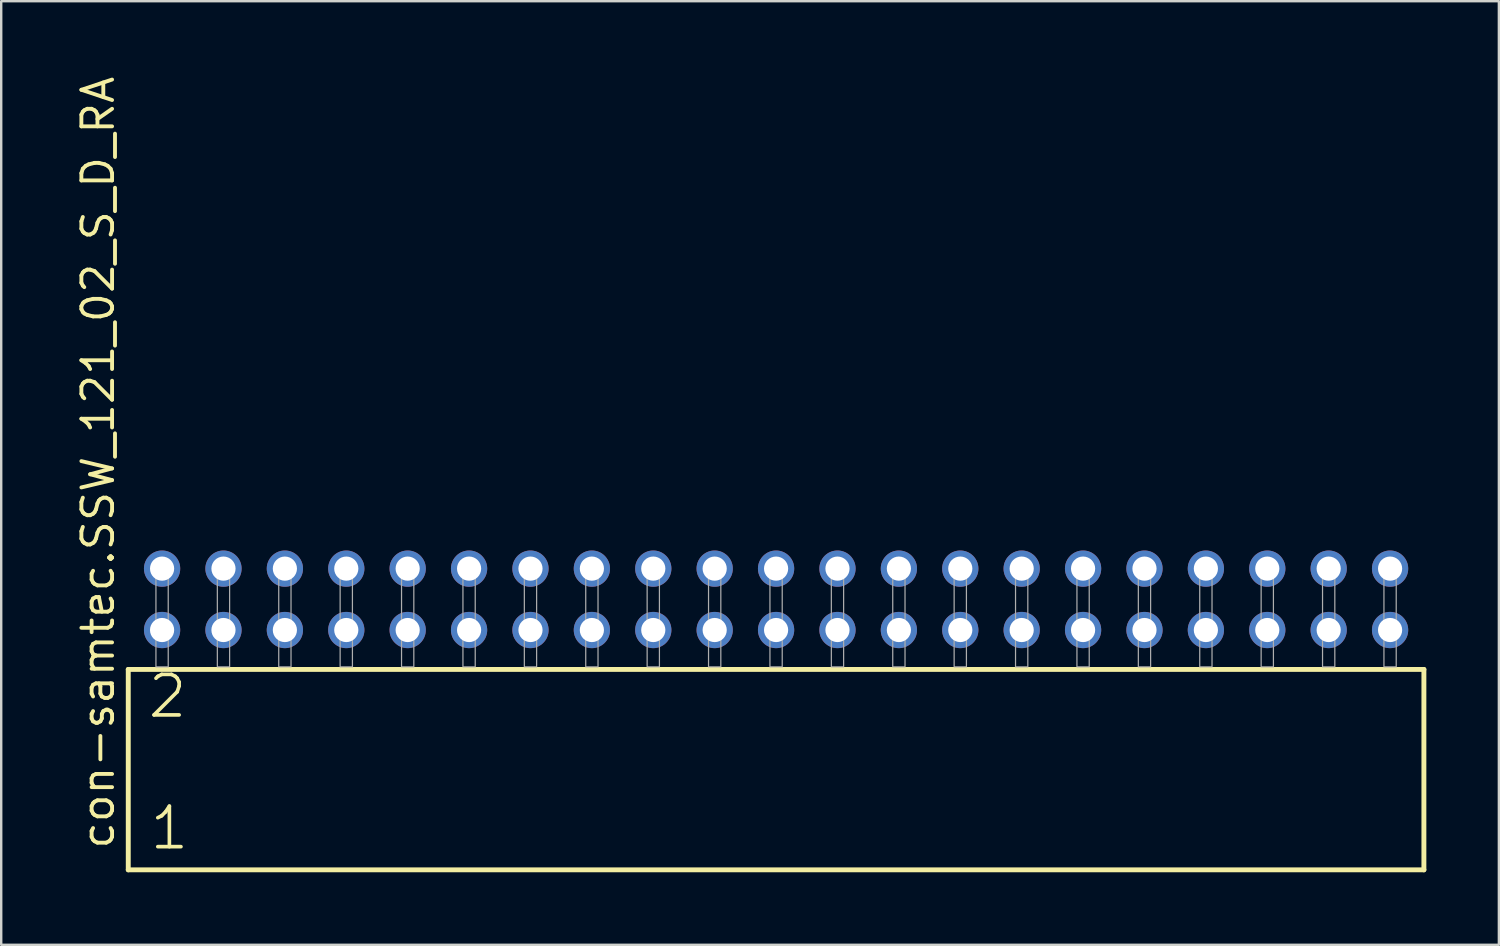
<source format=kicad_pcb>
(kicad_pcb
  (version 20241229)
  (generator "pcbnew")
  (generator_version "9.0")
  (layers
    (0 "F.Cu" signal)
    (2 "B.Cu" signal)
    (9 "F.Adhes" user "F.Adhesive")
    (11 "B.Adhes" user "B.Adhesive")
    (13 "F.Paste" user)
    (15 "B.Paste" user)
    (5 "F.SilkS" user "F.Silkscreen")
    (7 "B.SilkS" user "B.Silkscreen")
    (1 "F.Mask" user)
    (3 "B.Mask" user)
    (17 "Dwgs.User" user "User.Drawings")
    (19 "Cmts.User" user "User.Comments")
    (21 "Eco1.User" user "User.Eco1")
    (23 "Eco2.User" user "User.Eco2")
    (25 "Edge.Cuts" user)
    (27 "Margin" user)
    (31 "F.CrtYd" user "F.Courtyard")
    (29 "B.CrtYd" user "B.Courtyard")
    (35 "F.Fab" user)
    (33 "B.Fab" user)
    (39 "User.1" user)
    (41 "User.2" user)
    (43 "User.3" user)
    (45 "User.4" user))
  (footprint "con-samtec.SSW_121_02_S_D_RA"
    (layer "F.Cu")
    (at 29.055 24.537)
    (property "Reference" "con-samtec.SSW_121_02_S_D_RA" (at -27.305 7.62 90) (layer "F.SilkS") (effects (font (size 1.27 1.27) (thickness 0.16)) (justify left bottom)))
    (attr through_hole)
    (fp_line (start -26.799 0.106) (end -26.799 8.396) (stroke (width 0.203) (type default)) (layer "F.SilkS"))
    (fp_line (start -26.799 8.396) (end 26.799 8.396) (stroke (width 0.203) (type default)) (layer "F.SilkS"))
    (fp_line (start 26.799 0.106) (end -26.799 0.106) (stroke (width 0.203) (type default)) (layer "F.SilkS"))
    (fp_line (start 26.799 8.396) (end 26.799 0.106) (stroke (width 0.203) (type default)) (layer "F.SilkS"))
    (fp_rect (start -25.654 0) (end -25.146 -4.318) (stroke (width 0.05) (type default)) (fill no) (layer "F.Fab"))
    (fp_rect (start -23.114 0) (end -22.606 -4.318) (stroke (width 0.05) (type default)) (fill no) (layer "F.Fab"))
    (fp_rect (start -20.574 0) (end -20.066 -4.318) (stroke (width 0.05) (type default)) (fill no) (layer "F.Fab"))
    (fp_rect (start -18.034 0) (end -17.526 -4.318) (stroke (width 0.05) (type default)) (fill no) (layer "F.Fab"))
    (fp_rect (start -15.494 0) (end -14.986 -4.318) (stroke (width 0.05) (type default)) (fill no) (layer "F.Fab"))
    (fp_rect (start -12.954 0) (end -12.446 -4.318) (stroke (width 0.05) (type default)) (fill no) (layer "F.Fab"))
    (fp_rect (start -10.414 0) (end -9.906 -4.318) (stroke (width 0.05) (type default)) (fill no) (layer "F.Fab"))
    (fp_rect (start -7.874 0) (end -7.366 -4.318) (stroke (width 0.05) (type default)) (fill no) (layer "F.Fab"))
    (fp_rect (start -5.334 0) (end -4.826 -4.318) (stroke (width 0.05) (type default)) (fill no) (layer "F.Fab"))
    (fp_rect (start -2.794 0) (end -2.286 -4.318) (stroke (width 0.05) (type default)) (fill no) (layer "F.Fab"))
    (fp_rect (start -0.254 0) (end 0.254 -4.318) (stroke (width 0.05) (type default)) (fill no) (layer "F.Fab"))
    (fp_rect (start 2.286 0) (end 2.794 -4.318) (stroke (width 0.05) (type default)) (fill no) (layer "F.Fab"))
    (fp_rect (start 4.826 0) (end 5.334 -4.318) (stroke (width 0.05) (type default)) (fill no) (layer "F.Fab"))
    (fp_rect (start 7.366 0) (end 7.874 -4.318) (stroke (width 0.05) (type default)) (fill no) (layer "F.Fab"))
    (fp_rect (start 9.906 0) (end 10.414 -4.318) (stroke (width 0.05) (type default)) (fill no) (layer "F.Fab"))
    (fp_rect (start 12.446 0) (end 12.954 -4.318) (stroke (width 0.05) (type default)) (fill no) (layer "F.Fab"))
    (fp_rect (start 14.986 0) (end 15.494 -4.318) (stroke (width 0.05) (type default)) (fill no) (layer "F.Fab"))
    (fp_rect (start 17.526 0) (end 18.034 -4.318) (stroke (width 0.05) (type default)) (fill no) (layer "F.Fab"))
    (fp_rect (start 20.066 0) (end 20.574 -4.318) (stroke (width 0.05) (type default)) (fill no) (layer "F.Fab"))
    (fp_rect (start 22.606 0) (end 23.114 -4.318) (stroke (width 0.05) (type default)) (fill no) (layer "F.Fab"))
    (fp_rect (start 25.146 0) (end 25.654 -4.318) (stroke (width 0.05) (type default)) (fill no) (layer "F.Fab"))
    (fp_text user "2" (at -26.07 2.2 0) (layer "F.SilkS") (effects (font (size 1.676 1.676) (thickness 0.15)) (justify left bottom)))
    (fp_text user "1" (at -25.995 7.65 0) (layer "F.SilkS") (effects (font (size 1.676 1.676) (thickness 0.15)) (justify left bottom)))
    (pad "1" thru_hole circle (at -25.4 -1.524) (size 1.5 1.5) (drill 1) (layers "*.Cu" "*.Mask"))
    (pad "2" thru_hole circle (at -25.4 -4.064) (size 1.5 1.5) (drill 1) (layers "*.Cu" "*.Mask"))
    (pad "3" thru_hole circle (at -22.86 -1.524) (size 1.5 1.5) (drill 1) (layers "*.Cu" "*.Mask"))
    (pad "4" thru_hole circle (at -22.86 -4.064) (size 1.5 1.5) (drill 1) (layers "*.Cu" "*.Mask"))
    (pad "5" thru_hole circle (at -20.32 -1.524) (size 1.5 1.5) (drill 1) (layers "*.Cu" "*.Mask"))
    (pad "6" thru_hole circle (at -20.32 -4.064) (size 1.5 1.5) (drill 1) (layers "*.Cu" "*.Mask"))
    (pad "7" thru_hole circle (at -17.78 -1.524) (size 1.5 1.5) (drill 1) (layers "*.Cu" "*.Mask"))
    (pad "8" thru_hole circle (at -17.78 -4.064) (size 1.5 1.5) (drill 1) (layers "*.Cu" "*.Mask"))
    (pad "9" thru_hole circle (at -15.24 -1.524) (size 1.5 1.5) (drill 1) (layers "*.Cu" "*.Mask"))
    (pad "10" thru_hole circle (at -15.24 -4.064) (size 1.5 1.5) (drill 1) (layers "*.Cu" "*.Mask"))
    (pad "11" thru_hole circle (at -12.7 -1.524) (size 1.5 1.5) (drill 1) (layers "*.Cu" "*.Mask"))
    (pad "12" thru_hole circle (at -12.7 -4.064) (size 1.5 1.5) (drill 1) (layers "*.Cu" "*.Mask"))
    (pad "13" thru_hole circle (at -10.16 -1.524) (size 1.5 1.5) (drill 1) (layers "*.Cu" "*.Mask"))
    (pad "14" thru_hole circle (at -10.16 -4.064) (size 1.5 1.5) (drill 1) (layers "*.Cu" "*.Mask"))
    (pad "15" thru_hole circle (at -7.62 -1.524) (size 1.5 1.5) (drill 1) (layers "*.Cu" "*.Mask"))
    (pad "16" thru_hole circle (at -7.62 -4.064) (size 1.5 1.5) (drill 1) (layers "*.Cu" "*.Mask"))
    (pad "17" thru_hole circle (at -5.08 -1.524) (size 1.5 1.5) (drill 1) (layers "*.Cu" "*.Mask"))
    (pad "18" thru_hole circle (at -5.08 -4.064) (size 1.5 1.5) (drill 1) (layers "*.Cu" "*.Mask"))
    (pad "19" thru_hole circle (at -2.54 -1.524) (size 1.5 1.5) (drill 1) (layers "*.Cu" "*.Mask"))
    (pad "20" thru_hole circle (at -2.54 -4.064) (size 1.5 1.5) (drill 1) (layers "*.Cu" "*.Mask"))
    (pad "21" thru_hole circle (at 0 -1.524) (size 1.5 1.5) (drill 1) (layers "*.Cu" "*.Mask"))
    (pad "22" thru_hole circle (at 0 -4.064) (size 1.5 1.5) (drill 1) (layers "*.Cu" "*.Mask"))
    (pad "23" thru_hole circle (at 2.54 -1.524) (size 1.5 1.5) (drill 1) (layers "*.Cu" "*.Mask"))
    (pad "24" thru_hole circle (at 2.54 -4.064) (size 1.5 1.5) (drill 1) (layers "*.Cu" "*.Mask"))
    (pad "25" thru_hole circle (at 5.08 -1.524) (size 1.5 1.5) (drill 1) (layers "*.Cu" "*.Mask"))
    (pad "26" thru_hole circle (at 5.08 -4.064) (size 1.5 1.5) (drill 1) (layers "*.Cu" "*.Mask"))
    (pad "27" thru_hole circle (at 7.62 -1.524) (size 1.5 1.5) (drill 1) (layers "*.Cu" "*.Mask"))
    (pad "28" thru_hole circle (at 7.62 -4.064) (size 1.5 1.5) (drill 1) (layers "*.Cu" "*.Mask"))
    (pad "29" thru_hole circle (at 10.16 -1.524) (size 1.5 1.5) (drill 1) (layers "*.Cu" "*.Mask"))
    (pad "30" thru_hole circle (at 10.16 -4.064) (size 1.5 1.5) (drill 1) (layers "*.Cu" "*.Mask"))
    (pad "31" thru_hole circle (at 12.7 -1.524) (size 1.5 1.5) (drill 1) (layers "*.Cu" "*.Mask"))
    (pad "32" thru_hole circle (at 12.7 -4.064) (size 1.5 1.5) (drill 1) (layers "*.Cu" "*.Mask"))
    (pad "33" thru_hole circle (at 15.24 -1.524) (size 1.5 1.5) (drill 1) (layers "*.Cu" "*.Mask"))
    (pad "34" thru_hole circle (at 15.24 -4.064) (size 1.5 1.5) (drill 1) (layers "*.Cu" "*.Mask"))
    (pad "35" thru_hole circle (at 17.78 -1.524) (size 1.5 1.5) (drill 1) (layers "*.Cu" "*.Mask"))
    (pad "36" thru_hole circle (at 17.78 -4.064) (size 1.5 1.5) (drill 1) (layers "*.Cu" "*.Mask"))
    (pad "37" thru_hole circle (at 20.32 -1.524) (size 1.5 1.5) (drill 1) (layers "*.Cu" "*.Mask"))
    (pad "38" thru_hole circle (at 20.32 -4.064) (size 1.5 1.5) (drill 1) (layers "*.Cu" "*.Mask"))
    (pad "39" thru_hole circle (at 22.86 -1.524) (size 1.5 1.5) (drill 1) (layers "*.Cu" "*.Mask"))
    (pad "40" thru_hole circle (at 22.86 -4.064) (size 1.5 1.5) (drill 1) (layers "*.Cu" "*.Mask"))
    (pad "41" thru_hole circle (at 25.4 -1.524) (size 1.5 1.5) (drill 1) (layers "*.Cu" "*.Mask"))
    (pad "42" thru_hole circle (at 25.4 -4.064) (size 1.5 1.5) (drill 1) (layers "*.Cu" "*.Mask")))
  (gr_rect
    (start -3 -3)
    (end 58.956 36.035)
    (stroke (width 0.1) (type default))
    (fill no)
    (layer "Edge.Cuts")))
</source>
